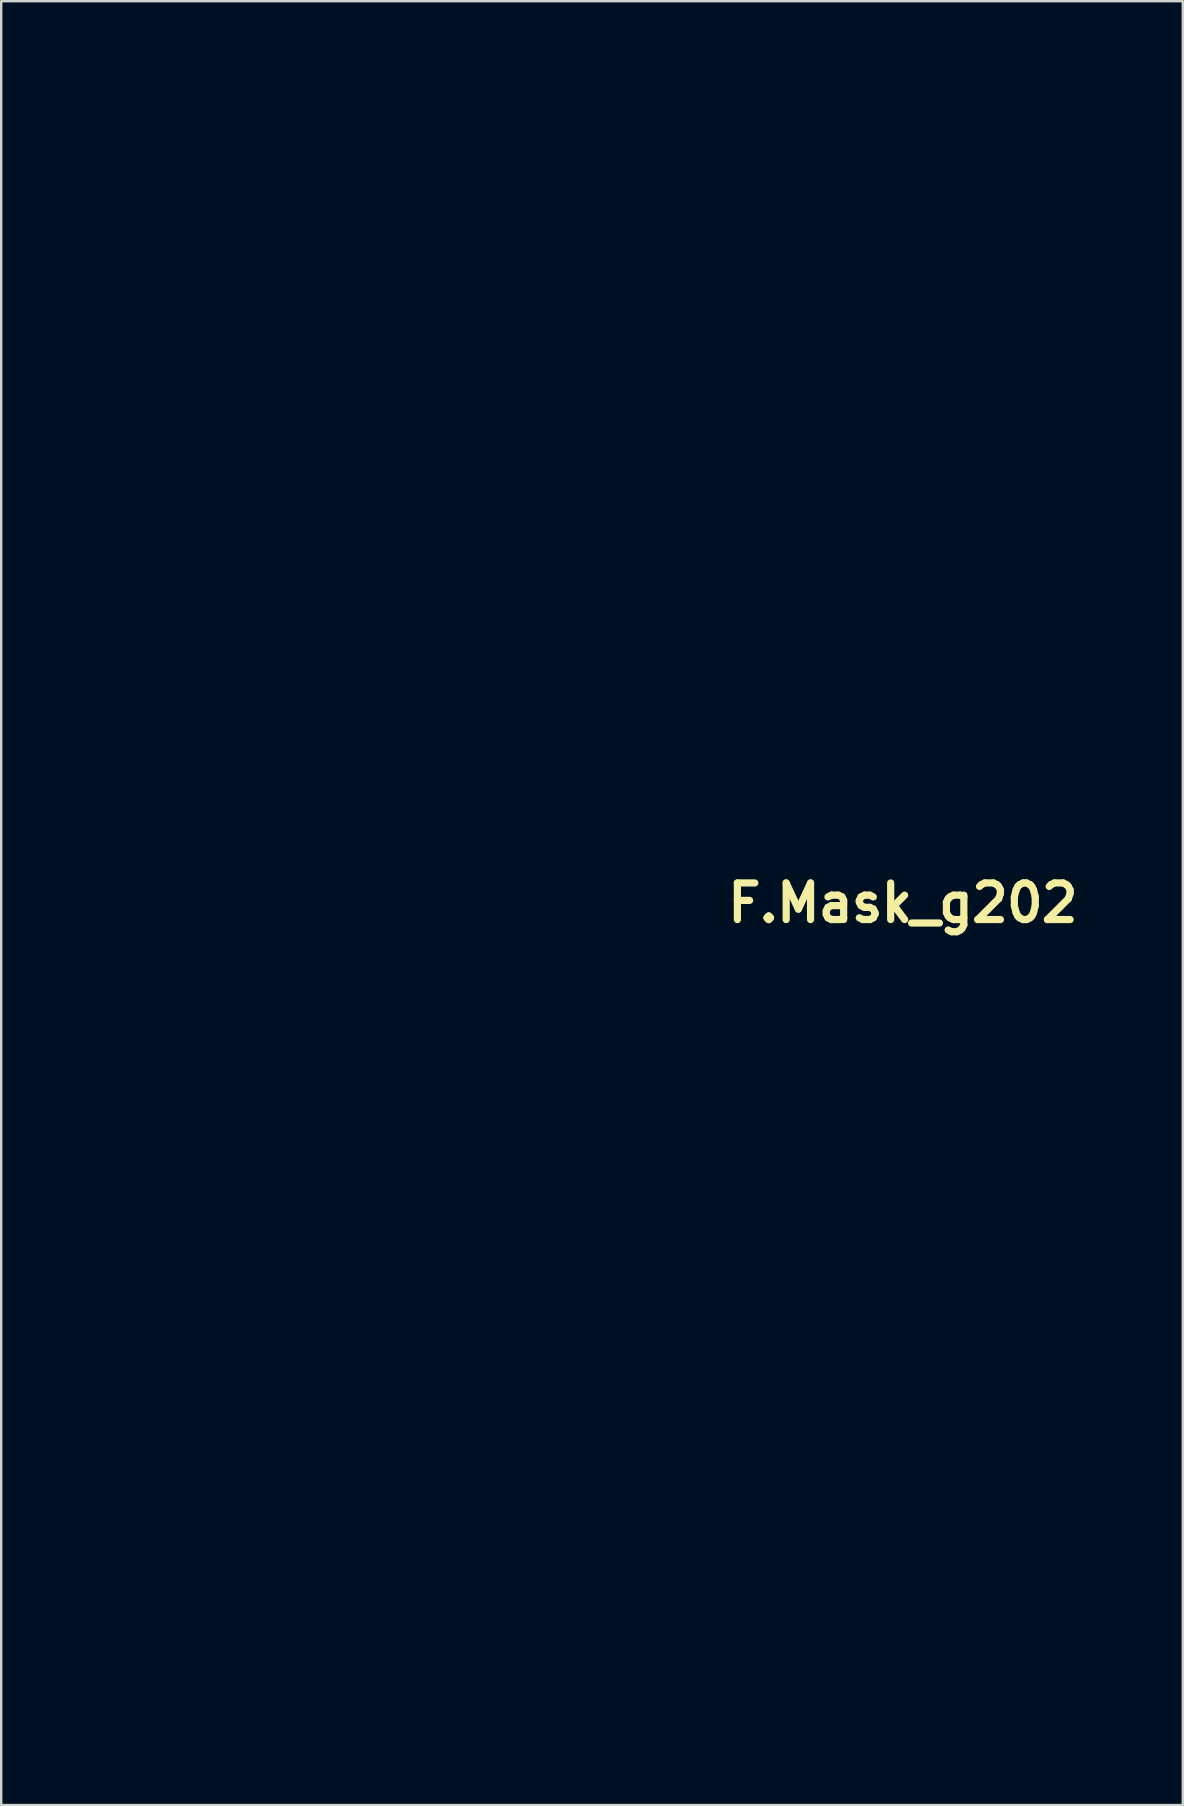
<source format=kicad_pcb>
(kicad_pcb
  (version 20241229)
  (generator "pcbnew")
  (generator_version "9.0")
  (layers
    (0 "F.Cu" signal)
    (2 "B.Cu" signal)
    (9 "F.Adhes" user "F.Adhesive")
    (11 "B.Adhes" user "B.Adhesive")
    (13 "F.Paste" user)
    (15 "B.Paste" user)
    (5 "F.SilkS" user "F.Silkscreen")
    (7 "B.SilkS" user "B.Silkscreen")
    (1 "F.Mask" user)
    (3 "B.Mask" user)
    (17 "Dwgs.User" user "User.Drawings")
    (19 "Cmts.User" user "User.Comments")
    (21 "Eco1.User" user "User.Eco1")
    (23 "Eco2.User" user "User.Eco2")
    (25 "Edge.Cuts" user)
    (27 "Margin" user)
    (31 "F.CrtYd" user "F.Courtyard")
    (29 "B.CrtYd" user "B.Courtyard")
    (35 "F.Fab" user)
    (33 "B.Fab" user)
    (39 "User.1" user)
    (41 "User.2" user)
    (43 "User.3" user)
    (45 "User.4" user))
  (footprint "F.Mask_g202"
    (layer "F.Cu")
    (at 34.565 34.57)
    (property "Reference" "F.Mask_g202" (at 0 0 0) (layer "F.SilkS") (effects (font (size 1.524 1.524) (thickness 0.3))))
    (attr through_hole)
    (fp_poly (pts (xy -21.463 5.746) (xy -21.418 5.779) (xy -21.35 5.832) (xy -21.262 5.902) (xy -21.16 5.985) (xy -21.046 6.078) (xy -20.927 6.176) (xy -20.806 6.276) (xy -20.687 6.375) (xy -20.575 6.469) (xy -20.474 6.554) (xy -20.389 6.628) (xy -20.323 6.685) (xy -20.282 6.723) (xy -20.269 6.738) (xy -20.281 6.758) (xy -20.316 6.806) (xy -20.37 6.874) (xy -20.437 6.959) (xy -20.514 7.054) (xy -20.595 7.154) (xy -20.677 7.254) (xy -20.756 7.348) (xy -20.825 7.43) (xy -20.882 7.496) (xy -20.921 7.54) (xy -20.938 7.555) (xy -20.95 7.537) (xy -20.97 7.487) (xy -20.994 7.415) (xy -21.005 7.382) (xy -21.077 7.139) (xy -21.147 6.905) (xy -21.212 6.683) (xy -21.273 6.477) (xy -21.327 6.289) (xy -21.375 6.122) (xy -21.415 5.982) (xy -21.446 5.87) (xy -21.468 5.79) (xy -21.479 5.745) (xy -21.48 5.736) (xy -21.463 5.746)) (stroke (width 0.01) (type solid)) (fill yes) (layer "F.Mask"))
    (fp_poly (pts (xy -13.15 -5.328) (xy -12.978 -5.305) (xy -12.801 -5.257) (xy -12.644 -5.198) (xy -12.437 -5.1) (xy -12.214 -4.971) (xy -11.98 -4.815) (xy -11.74 -4.637) (xy -11.501 -4.441) (xy -11.266 -4.233) (xy -11.043 -4.017) (xy -10.836 -3.798) (xy -10.651 -3.58) (xy -10.493 -3.368) (xy -10.479 -3.347) (xy -10.339 -3.113) (xy -10.236 -2.881) (xy -10.169 -2.654) (xy -10.14 -2.433) (xy -10.15 -2.223) (xy -10.197 -2.026) (xy -10.199 -2.021) (xy -10.285 -1.837) (xy -10.403 -1.668) (xy -10.546 -1.518) (xy -10.708 -1.393) (xy -10.883 -1.298) (xy -11.066 -1.239) (xy -11.124 -1.229) (xy -11.222 -1.216) (xy -11.298 -1.211) (xy -11.371 -1.213) (xy -11.46 -1.224) (xy -11.498 -1.229) (xy -11.727 -1.28) (xy -11.974 -1.367) (xy -12.237 -1.491) (xy -12.518 -1.651) (xy -12.817 -1.849) (xy -13.134 -2.084) (xy -13.348 -2.256) (xy -13.605 -2.487) (xy -13.83 -2.732) (xy -14.02 -2.986) (xy -14.175 -3.248) (xy -14.292 -3.514) (xy -14.37 -3.783) (xy -14.407 -4.042) (xy -14.401 -4.27) (xy -14.356 -4.489) (xy -14.273 -4.695) (xy -14.153 -4.885) (xy -14 -5.052) (xy -13.906 -5.13) (xy -13.771 -5.219) (xy -13.637 -5.279) (xy -13.489 -5.314) (xy -13.331 -5.329) (xy -13.15 -5.328)) (stroke (width 0.01) (type solid)) (fill yes) (layer "F.Mask"))
    (fp_poly (pts (xy -8.584 -9.529) (xy -8.413 -9.48) (xy -8.361 -9.456) (xy -8.29 -9.418) (xy -8.238 -9.38) (xy -8.202 -9.335) (xy -8.179 -9.275) (xy -8.165 -9.193) (xy -8.157 -9.081) (xy -8.153 -8.983) (xy -8.15 -8.855) (xy -8.152 -8.756) (xy -8.16 -8.673) (xy -8.174 -8.593) (xy -8.189 -8.531) (xy -8.251 -8.34) (xy -8.344 -8.128) (xy -8.465 -7.901) (xy -8.611 -7.664) (xy -8.78 -7.422) (xy -8.921 -7.239) (xy -8.984 -7.161) (xy -9.039 -7.096) (xy -9.078 -7.052) (xy -9.097 -7.033) (xy -9.097 -7.033) (xy -9.116 -7.045) (xy -9.164 -7.082) (xy -9.238 -7.141) (xy -9.336 -7.22) (xy -9.455 -7.317) (xy -9.591 -7.428) (xy -9.741 -7.551) (xy -9.902 -7.685) (xy -9.991 -7.758) (xy -10.156 -7.896) (xy -10.312 -8.026) (xy -10.454 -8.146) (xy -10.58 -8.252) (xy -10.686 -8.342) (xy -10.771 -8.415) (xy -10.83 -8.467) (xy -10.861 -8.495) (xy -10.866 -8.5) (xy -10.846 -8.532) (xy -10.8 -8.585) (xy -10.736 -8.654) (xy -10.659 -8.732) (xy -10.575 -8.813) (xy -10.492 -8.89) (xy -10.415 -8.957) (xy -10.355 -9.006) (xy -10.143 -9.15) (xy -9.917 -9.274) (xy -9.684 -9.376) (xy -9.449 -9.456) (xy -9.216 -9.513) (xy -8.991 -9.545) (xy -8.779 -9.551) (xy -8.584 -9.529)) (stroke (width 0.01) (type solid)) (fill yes) (layer "F.Mask"))
    (fp_poly (pts (xy -8.477 -34.563) (xy -8.315 -34.557) (xy -8.18 -34.544) (xy -8.062 -34.525) (xy -7.955 -34.496) (xy -7.849 -34.458) (xy -7.737 -34.407) (xy -7.728 -34.403) (xy -7.657 -34.367) (xy -7.591 -34.33) (xy -7.527 -34.287) (xy -7.464 -34.237) (xy -7.399 -34.178) (xy -7.329 -34.105) (xy -7.252 -34.016) (xy -7.166 -33.909) (xy -7.068 -33.78) (xy -6.955 -33.627) (xy -6.825 -33.447) (xy -6.676 -33.237) (xy -6.538 -33.041) (xy -6.474 -32.95) (xy -6.387 -32.826) (xy -6.278 -32.67) (xy -6.147 -32.485) (xy -5.997 -32.271) (xy -5.827 -32.031) (xy -5.64 -31.766) (xy -5.437 -31.477) (xy -5.218 -31.166) (xy -4.984 -30.835) (xy -4.738 -30.485) (xy -4.479 -30.118) (xy -4.21 -29.736) (xy -3.93 -29.339) (xy -3.642 -28.93) (xy -3.346 -28.51) (xy -3.043 -28.081) (xy -2.736 -27.644) (xy -2.423 -27.202) (xy -2.108 -26.754) (xy -1.944 -26.522) (xy -1.592 -26.022) (xy -1.224 -25.501) (xy -0.844 -24.961) (xy -0.453 -24.406) (xy -0.053 -23.839) (xy 0.353 -23.263) (xy 0.763 -22.681) (xy 1.176 -22.097) (xy 1.588 -21.512) (xy 1.997 -20.932) (xy 2.402 -20.358) (xy 2.8 -19.793) (xy 3.189 -19.242) (xy 3.566 -18.706) (xy 3.93 -18.19) (xy 4.278 -17.696) (xy 4.609 -17.227) (xy 4.919 -16.787) (xy 5.189 -16.404) (xy 5.467 -16.01) (xy 5.739 -15.624) (xy 6.003 -15.249) (xy 6.26 -14.885) (xy 6.507 -14.533) (xy 6.745 -14.197) (xy 6.971 -13.876) (xy 7.184 -13.572) (xy 7.385 -13.287) (xy 7.571 -13.022) (xy 7.742 -12.78) (xy 7.896 -12.56) (xy 8.033 -12.365) (xy 8.152 -12.196) (xy 8.251 -12.055) (xy 8.329 -11.943) (xy 8.386 -11.862) (xy 8.42 -11.812) (xy 8.431 -11.797) (xy 8.507 -11.653) (xy 8.573 -11.482) (xy 8.623 -11.3) (xy 8.628 -11.273) (xy 8.635 -11.237) (xy 8.64 -11.197) (xy 8.645 -11.149) (xy 8.649 -11.09) (xy 8.652 -11.017) (xy 8.654 -10.928) (xy 8.656 -10.818) (xy 8.657 -10.684) (xy 8.657 -10.525) (xy 8.656 -10.336) (xy 8.655 -10.115) (xy 8.654 -9.858) (xy 8.652 -9.562) (xy 8.652 -9.505) (xy 8.649 -9.205) (xy 8.647 -8.945) (xy 8.645 -8.722) (xy 8.643 -8.531) (xy 8.641 -8.37) (xy 8.639 -8.235) (xy 8.636 -8.125) (xy 8.633 -8.035) (xy 8.629 -7.962) (xy 8.625 -7.904) (xy 8.62 -7.857) (xy 8.614 -7.818) (xy 8.607 -7.784) (xy 8.599 -7.752) (xy 8.597 -7.743) (xy 8.511 -7.497) (xy 8.389 -7.272) (xy 8.235 -7.07) (xy 8.054 -6.893) (xy 7.847 -6.746) (xy 7.619 -6.63) (xy 7.373 -6.548) (xy 7.144 -6.508) (xy 7.045 -6.504) (xy 6.92 -6.507) (xy 6.787 -6.519) (xy 6.774 -6.52) (xy 6.665 -6.532) (xy 6.585 -6.537) (xy 6.52 -6.535) (xy 6.457 -6.525) (xy 6.4 -6.512) (xy 6.306 -6.484) (xy 6.198 -6.444) (xy 6.099 -6.401) (xy 6.096 -6.4) (xy 6.046 -6.374) (xy 5.999 -6.345) (xy 5.949 -6.31) (xy 5.892 -6.263) (xy 5.824 -6.203) (xy 5.74 -6.124) (xy 5.635 -6.022) (xy 5.506 -5.895) (xy 5.497 -5.886) (xy 5.056 -5.45) (xy 5.099 -5.353) (xy 5.158 -5.181) (xy 5.175 -5.016) (xy 5.152 -4.851) (xy 5.093 -4.691) (xy 5.062 -4.636) (xy 5.008 -4.555) (xy 4.937 -4.454) (xy 4.854 -4.341) (xy 4.764 -4.222) (xy 4.672 -4.103) (xy 4.582 -3.991) (xy 4.501 -3.892) (xy 4.433 -3.814) (xy 4.383 -3.762) (xy 4.377 -3.756) (xy 4.312 -3.708) (xy 4.226 -3.654) (xy 4.136 -3.605) (xy 4.128 -3.601) (xy 4.039 -3.561) (xy 3.966 -3.537) (xy 3.889 -3.524) (xy 3.789 -3.517) (xy 3.785 -3.517) (xy 3.659 -3.517) (xy 3.56 -3.528) (xy 3.491 -3.546) (xy 3.428 -3.566) (xy 3.39 -3.571) (xy 3.366 -3.562) (xy 3.345 -3.543) (xy 3.33 -3.523) (xy 3.291 -3.471) (xy 3.229 -3.386) (xy 3.143 -3.271) (xy 3.036 -3.125) (xy 2.908 -2.951) (xy 2.759 -2.749) (xy 2.59 -2.52) (xy 2.402 -2.266) (xy 2.197 -1.986) (xy 1.974 -1.684) (xy 1.734 -1.358) (xy 1.479 -1.011) (xy 1.209 -0.644) (xy 0.924 -0.257) (xy 0.626 0.148) (xy 0.316 0.57) (xy -0.007 1.009) (xy -0.341 1.463) (xy -0.685 1.93) (xy -1.039 2.412) (xy -1.401 2.905) (xy -1.772 3.409) (xy -2.15 3.923) (xy -2.534 4.446) (xy -2.689 4.657) (xy -3.078 5.186) (xy -3.462 5.708) (xy -3.839 6.221) (xy -4.21 6.726) (xy -4.573 7.219) (xy -4.927 7.701) (xy -5.272 8.17) (xy -5.607 8.626) (xy -5.93 9.066) (xy -6.242 9.49) (xy -6.542 9.898) (xy -6.828 10.286) (xy -7.099 10.656) (xy -7.356 11.005) (xy -7.597 11.332) (xy -7.821 11.636) (xy -8.027 11.917) (xy -8.215 12.173) (xy -8.384 12.403) (xy -8.533 12.605) (xy -8.662 12.78) (xy -8.768 12.925) (xy -8.853 13.039) (xy -8.914 13.122) (xy -8.951 13.172) (xy -8.957 13.18) (xy -9.078 13.339) (xy -9.183 13.468) (xy -9.277 13.571) (xy -9.368 13.656) (xy -9.461 13.727) (xy -9.562 13.791) (xy -9.677 13.852) (xy -9.684 13.855) (xy -9.883 13.939) (xy -10.08 13.99) (xy -10.291 14.011) (xy -10.355 14.012) (xy -10.405 14.01) (xy -10.493 14.004) (xy -10.616 13.995) (xy -10.771 13.982) (xy -10.954 13.966) (xy -11.16 13.948) (xy -11.388 13.927) (xy -11.632 13.904) (xy -11.89 13.88) (xy -12.159 13.854) (xy -12.267 13.843) (xy -12.536 13.817) (xy -12.794 13.792) (xy -13.039 13.768) (xy -13.267 13.747) (xy -13.474 13.727) (xy -13.657 13.711) (xy -13.813 13.696) (xy -13.939 13.686) (xy -14.031 13.678) (xy -14.085 13.674) (xy -14.097 13.674) (xy -14.228 13.689) (xy -14.368 13.73) (xy -14.5 13.791) (xy -14.573 13.838) (xy -14.588 13.853) (xy -14.618 13.887) (xy -14.663 13.941) (xy -14.723 14.014) (xy -14.799 14.107) (xy -14.892 14.221) (xy -15 14.357) (xy -15.126 14.514) (xy -15.27 14.694) (xy -15.431 14.897) (xy -15.611 15.123) (xy -15.809 15.373) (xy -16.026 15.647) (xy -16.263 15.946) (xy -16.52 16.271) (xy -16.797 16.622) (xy -17.095 16.999) (xy -17.413 17.403) (xy -17.754 17.835) (xy -18.116 18.295) (xy -18.501 18.783) (xy -18.908 19.3) (xy -19.339 19.847) (xy -19.793 20.424) (xy -20.271 21.032) (xy -20.773 21.67) (xy -21.3 22.341) (xy -21.853 23.043) (xy -22.431 23.778) (xy -22.608 24.004) (xy -23.169 24.718) (xy -23.705 25.399) (xy -24.216 26.048) (xy -24.702 26.667) (xy -25.164 27.255) (xy -25.603 27.813) (xy -26.02 28.342) (xy -26.414 28.842) (xy -26.786 29.315) (xy -27.137 29.761) (xy -27.468 30.181) (xy -27.779 30.575) (xy -28.07 30.945) (xy -28.342 31.29) (xy -28.596 31.612) (xy -28.833 31.911) (xy -29.052 32.188) (xy -29.254 32.444) (xy -29.441 32.679) (xy -29.612 32.894) (xy -29.767 33.09) (xy -29.909 33.268) (xy -30.037 33.428) (xy -30.151 33.571) (xy -30.253 33.697) (xy -30.342 33.808) (xy -30.42 33.904) (xy -30.486 33.985) (xy -30.543 34.053) (xy -30.589 34.108) (xy -30.626 34.151) (xy -30.654 34.183) (xy -30.674 34.204) (xy -30.683 34.212) (xy -30.833 34.322) (xy -31.005 34.419) (xy -31.183 34.496) (xy -31.3 34.533) (xy -31.41 34.554) (xy -31.543 34.569) (xy -31.683 34.576) (xy -31.815 34.576) (xy -31.922 34.568) (xy -31.93 34.567) (xy -32.161 34.511) (xy -32.384 34.423) (xy -32.588 34.309) (xy -32.691 34.233) (xy -32.734 34.193) (xy -32.802 34.124) (xy -32.89 34.03) (xy -32.994 33.916) (xy -33.112 33.785) (xy -33.24 33.641) (xy -33.375 33.488) (xy -33.514 33.329) (xy -33.652 33.17) (xy -33.788 33.013) (xy -33.916 32.862) (xy -34.035 32.721) (xy -34.14 32.595) (xy -34.228 32.486) (xy -34.297 32.399) (xy -34.342 32.338) (xy -34.354 32.319) (xy -34.403 32.226) (xy -34.454 32.116) (xy -34.494 32.013) (xy -34.494 32.012) (xy -34.516 31.947) (xy -34.532 31.888) (xy -34.543 31.827) (xy -34.55 31.754) (xy -34.555 31.66) (xy -34.559 31.536) (xy -34.56 31.475) (xy -34.56 31.43) (xy -34.56 31.345) (xy -34.558 31.22) (xy -34.555 31.056) (xy -34.552 30.856) (xy -34.548 30.619) (xy -34.543 30.349) (xy -34.538 30.045) (xy -34.531 29.709) (xy -34.525 29.344) (xy -34.517 28.949) (xy -34.509 28.526) (xy -34.5 28.077) (xy -34.491 27.603) (xy -34.481 27.105) (xy -34.47 26.584) (xy -34.46 26.042) (xy -34.448 25.481) (xy -34.436 24.901) (xy -34.424 24.304) (xy -34.412 23.691) (xy -34.399 23.063) (xy -34.385 22.423) (xy -34.372 21.77) (xy -34.358 21.107) (xy -34.345 20.479) (xy -34.327 19.631) (xy -34.31 18.825) (xy -34.294 18.059) (xy -34.278 17.334) (xy -34.264 16.647) (xy -34.25 15.998) (xy -34.237 15.387) (xy -34.224 14.812) (xy -34.212 14.272) (xy -34.201 13.768) (xy -34.191 13.297) (xy -34.181 12.859) (xy -34.171 12.454) (xy -34.163 12.079) (xy -34.158 11.885) (xy -29.791 11.885) (xy -29.788 11.985) (xy -29.776 12.062) (xy -29.753 12.135) (xy -29.732 12.181) (xy -29.705 12.238) (xy -29.677 12.287) (xy -29.643 12.333) (xy -29.599 12.383) (xy -29.539 12.441) (xy -29.459 12.513) (xy -29.354 12.603) (xy -29.295 12.654) (xy -29.226 12.713) (xy -29.129 12.795) (xy -29.009 12.898) (xy -28.87 13.018) (xy -28.716 13.15) (xy -28.552 13.292) (xy -28.382 13.439) (xy -28.209 13.588) (xy -28.183 13.61) (xy -28.007 13.763) (xy -27.828 13.917) (xy -27.652 14.068) (xy -27.483 14.213) (xy -27.327 14.348) (xy -27.188 14.467) (xy -27.07 14.567) (xy -26.98 14.644) (xy -26.977 14.646) (xy -26.826 14.775) (xy -26.691 14.891) (xy -26.567 15) (xy -26.447 15.107) (xy -26.326 15.218) (xy -26.199 15.337) (xy -26.059 15.47) (xy -25.902 15.622) (xy -25.72 15.799) (xy -25.707 15.812) (xy -25.573 15.942) (xy -25.437 16.074) (xy -25.304 16.201) (xy -25.182 16.317) (xy -25.076 16.418) (xy -24.992 16.496) (xy -24.965 16.521) (xy -24.814 16.658) (xy -24.689 16.769) (xy -24.584 16.856) (xy -24.496 16.922) (xy -24.42 16.97) (xy -24.35 17.002) (xy -24.282 17.022) (xy -24.211 17.031) (xy -24.133 17.033) (xy -24.067 17.032) (xy -23.963 17.025) (xy -23.886 17.012) (xy -23.818 16.989) (xy -23.775 16.968) (xy -23.614 16.863) (xy -23.484 16.731) (xy -23.388 16.575) (xy -23.335 16.425) (xy -23.311 16.262) (xy -23.325 16.105) (xy -23.38 15.945) (xy -23.391 15.923) (xy -23.419 15.869) (xy -23.454 15.819) (xy -23.499 15.765) (xy -23.561 15.703) (xy -23.645 15.624) (xy -23.734 15.545) (xy -23.837 15.453) (xy -23.961 15.34) (xy -24.096 15.216) (xy -24.231 15.09) (xy -24.357 14.971) (xy -24.373 14.956) (xy -24.49 14.845) (xy -24.61 14.731) (xy -24.725 14.622) (xy -24.827 14.525) (xy -24.909 14.448) (xy -24.927 14.43) (xy -25.12 14.248) (xy -24.613 13.341) (xy -24.472 13.091) (xy -24.35 12.874) (xy -24.243 12.685) (xy -24.15 12.521) (xy -24.067 12.378) (xy -23.993 12.252) (xy -23.925 12.138) (xy -23.861 12.032) (xy -23.797 11.93) (xy -23.732 11.829) (xy -23.664 11.724) (xy -23.589 11.61) (xy -23.586 11.605) (xy -23.497 11.472) (xy -23.428 11.373) (xy -23.375 11.304) (xy -23.335 11.262) (xy -23.306 11.244) (xy -23.285 11.246) (xy -23.274 11.259) (xy -23.252 11.281) (xy -23.201 11.325) (xy -23.124 11.389) (xy -23.026 11.469) (xy -22.91 11.562) (xy -22.781 11.665) (xy -22.642 11.775) (xy -22.497 11.888) (xy -22.352 12.001) (xy -22.214 12.107) (xy -22.082 12.209) (xy -21.945 12.315) (xy -21.812 12.418) (xy -21.693 12.511) (xy -21.594 12.588) (xy -21.558 12.616) (xy -21.436 12.712) (xy -21.339 12.783) (xy -21.259 12.834) (xy -21.189 12.868) (xy -21.122 12.888) (xy -21.051 12.897) (xy -20.968 12.9) (xy -20.944 12.9) (xy -20.783 12.89) (xy -20.648 12.857) (xy -20.527 12.798) (xy -20.407 12.707) (xy -20.376 12.678) (xy -20.257 12.55) (xy -20.177 12.419) (xy -20.129 12.276) (xy -20.113 12.148) (xy -20.118 11.972) (xy -20.157 11.817) (xy -20.231 11.678) (xy -20.244 11.66) (xy -20.273 11.625) (xy -20.308 11.586) (xy -20.353 11.543) (xy -20.412 11.493) (xy -20.486 11.432) (xy -20.58 11.359) (xy -20.696 11.271) (xy -20.837 11.166) (xy -21.006 11.042) (xy -21.207 10.896) (xy -21.23 10.879) (xy -21.411 10.747) (xy -21.57 10.63) (xy -21.713 10.524) (xy -21.843 10.425) (xy -21.965 10.329) (xy -22.083 10.233) (xy -22.204 10.132) (xy -22.33 10.024) (xy -22.466 9.903) (xy -22.618 9.767) (xy -22.789 9.612) (xy -22.985 9.433) (xy -23.082 9.343) (xy -23.218 9.219) (xy -23.36 9.09) (xy -23.501 8.963) (xy -23.633 8.844) (xy -23.749 8.741) (xy -23.834 8.666) (xy -23.986 8.531) (xy -24.144 8.388) (xy -24.302 8.241) (xy -24.455 8.095) (xy -24.601 7.954) (xy -24.734 7.822) (xy -24.849 7.703) (xy -24.942 7.603) (xy -25.01 7.525) (xy -25.024 7.508) (xy -25.15 7.36) (xy -25.276 7.252) (xy -25.407 7.181) (xy -25.548 7.144) (xy -25.702 7.138) (xy -25.726 7.14) (xy -25.869 7.168) (xy -26.01 7.224) (xy -26.139 7.302) (xy -26.248 7.398) (xy -26.329 7.504) (xy -26.369 7.593) (xy -26.394 7.745) (xy -26.386 7.918) (xy -26.344 8.108) (xy -26.271 8.313) (xy -26.167 8.529) (xy -26.036 8.75) (xy -25.994 8.811) (xy -25.953 8.869) (xy -25.908 8.925) (xy -25.857 8.985) (xy -25.795 9.05) (xy -25.721 9.124) (xy -25.629 9.211) (xy -25.518 9.313) (xy -25.384 9.435) (xy -25.223 9.579) (xy -25.099 9.69) (xy -24.963 9.811) (xy -24.838 9.923) (xy -24.727 10.023) (xy -24.633 10.109) (xy -24.56 10.177) (xy -24.512 10.223) (xy -24.49 10.245) (xy -24.49 10.247) (xy -24.501 10.269) (xy -24.533 10.318) (xy -24.581 10.389) (xy -24.64 10.473) (xy -24.659 10.499) (xy -24.743 10.62) (xy -24.828 10.746) (xy -24.916 10.88) (xy -25.008 11.025) (xy -25.107 11.185) (xy -25.213 11.362) (xy -25.329 11.56) (xy -25.456 11.78) (xy -25.596 12.026) (xy -25.75 12.301) (xy -25.922 12.607) (xy -26.099 12.928) (xy -26.159 13.033) (xy -26.212 13.123) (xy -26.256 13.194) (xy -26.287 13.238) (xy -26.3 13.25) (xy -26.323 13.236) (xy -26.368 13.197) (xy -26.429 13.14) (xy -26.491 13.079) (xy -26.558 13.013) (xy -26.65 12.926) (xy -26.759 12.826) (xy -26.877 12.719) (xy -26.996 12.613) (xy -27.03 12.584) (xy -27.157 12.473) (xy -27.305 12.343) (xy -27.464 12.203) (xy -27.622 12.064) (xy -27.77 11.933) (xy -27.824 11.886) (xy -28.013 11.718) (xy -28.174 11.575) (xy -28.311 11.457) (xy -28.425 11.36) (xy -28.521 11.283) (xy -28.602 11.223) (xy -28.671 11.178) (xy -28.732 11.145) (xy -28.787 11.124) (xy -28.84 11.111) (xy -28.895 11.105) (xy -28.954 11.102) (xy -29.009 11.102) (xy -29.11 11.104) (xy -29.184 11.112) (xy -29.247 11.128) (xy -29.315 11.156) (xy -29.321 11.159) (xy -29.459 11.244) (xy -29.584 11.362) (xy -29.687 11.503) (xy -29.724 11.573) (xy -29.76 11.656) (xy -29.781 11.726) (xy -29.789 11.801) (xy -29.791 11.885) (xy -34.158 11.885) (xy -34.155 11.736) (xy -34.147 11.422) (xy -34.14 11.137) (xy -34.134 10.879) (xy -34.127 10.649) (xy -34.122 10.446) (xy -34.117 10.267) (xy -34.112 10.114) (xy -34.108 9.984) (xy -34.104 9.877) (xy -34.1 9.792) (xy -34.097 9.728) (xy -34.094 9.685) (xy -34.092 9.663) (xy -34.048 9.456) (xy -33.982 9.273) (xy -33.911 9.133) (xy -33.892 9.104) (xy -33.848 9.041) (xy -33.782 8.947) (xy -33.693 8.822) (xy -33.584 8.668) (xy -33.454 8.486) (xy -33.305 8.278) (xy -33.138 8.044) (xy -32.954 7.786) (xy -32.753 7.506) (xy -32.536 7.204) (xy -32.305 6.882) (xy -32.06 6.541) (xy -31.803 6.183) (xy -31.533 5.808) (xy -31.253 5.418) (xy -30.963 5.015) (xy -30.664 4.599) (xy -30.459 4.315) (xy -23.365 4.315) (xy -23.364 4.362) (xy -23.361 4.416) (xy -23.356 4.47) (xy -23.348 4.53) (xy -23.336 4.598) (xy -23.32 4.68) (xy -23.298 4.778) (xy -23.27 4.898) (xy -23.234 5.044) (xy -23.19 5.218) (xy -23.137 5.427) (xy -23.084 5.63) (xy -23.022 5.871) (xy -22.955 6.129) (xy -22.886 6.397) (xy -22.816 6.664) (xy -22.749 6.923) (xy -22.685 7.164) (xy -22.629 7.377) (xy -22.601 7.482) (xy -22.536 7.731) (xy -22.48 7.943) (xy -22.433 8.124) (xy -22.394 8.278) (xy -22.361 8.412) (xy -22.334 8.528) (xy -22.311 8.633) (xy -22.291 8.73) (xy -22.273 8.825) (xy -22.256 8.923) (xy -22.239 9.029) (xy -22.238 9.038) (xy -22.2 9.248) (xy -22.158 9.421) (xy -22.11 9.564) (xy -22.053 9.682) (xy -21.996 9.769) (xy -21.927 9.844) (xy -21.84 9.915) (xy -21.748 9.974) (xy -21.664 10.012) (xy -21.635 10.019) (xy -21.535 10.022) (xy -21.416 10.008) (xy -21.296 9.977) (xy -21.251 9.961) (xy -21.099 9.886) (xy -20.933 9.775) (xy -20.758 9.634) (xy -20.579 9.466) (xy -20.454 9.334) (xy -20.41 9.284) (xy -20.342 9.206) (xy -20.255 9.103) (xy -20.151 8.981) (xy -20.035 8.843) (xy -19.909 8.694) (xy -19.779 8.537) (xy -19.698 8.441) (xy -19.087 7.706) (xy -18.936 7.83) (xy -18.873 7.882) (xy -18.786 7.954) (xy -18.68 8.041) (xy -18.566 8.136) (xy -18.449 8.233) (xy -18.426 8.252) (xy -18.281 8.37) (xy -18.15 8.47) (xy -18.038 8.551) (xy -17.949 8.608) (xy -17.918 8.625) (xy -17.736 8.699) (xy -17.564 8.732) (xy -17.402 8.723) (xy -17.247 8.673) (xy -17.1 8.582) (xy -16.994 8.487) (xy -16.883 8.356) (xy -16.808 8.227) (xy -16.767 8.09) (xy -16.755 7.948) (xy -16.756 7.854) (xy -16.765 7.784) (xy -16.785 7.719) (xy -16.821 7.64) (xy -16.824 7.635) (xy -16.849 7.588) (xy -16.881 7.541) (xy -16.921 7.49) (xy -16.974 7.432) (xy -17.042 7.365) (xy -17.129 7.285) (xy -17.236 7.191) (xy -17.367 7.079) (xy -17.525 6.946) (xy -17.713 6.791) (xy -17.73 6.777) (xy -18.072 6.494) (xy -17.959 6.337) (xy -17.835 6.143) (xy -17.752 5.961) (xy -17.708 5.79) (xy -17.705 5.631) (xy -17.743 5.482) (xy -17.82 5.343) (xy -17.938 5.213) (xy -17.945 5.207) (xy -18.096 5.092) (xy -18.247 5.018) (xy -18.395 4.985) (xy -18.54 4.993) (xy -18.679 5.042) (xy -18.68 5.042) (xy -18.751 5.086) (xy -18.841 5.152) (xy -18.939 5.231) (xy -19.035 5.315) (xy -19.117 5.393) (xy -19.176 5.458) (xy -19.179 5.462) (xy -19.234 5.533) (xy -20.597 4.403) (xy -20.807 4.229) (xy -21.01 4.061) (xy -21.202 3.903) (xy -21.382 3.756) (xy -21.546 3.621) (xy -21.693 3.502) (xy -21.818 3.401) (xy -21.921 3.318) (xy -21.997 3.258) (xy -22.045 3.221) (xy -22.058 3.212) (xy -22.149 3.168) (xy -22.258 3.135) (xy -22.294 3.127) (xy -22.379 3.116) (xy -22.449 3.116) (xy -22.525 3.13) (xy -22.575 3.143) (xy -22.747 3.21) (xy -22.907 3.316) (xy -23.052 3.454) (xy -23.177 3.622) (xy -23.251 3.757) (xy -23.309 3.893) (xy -23.345 4.021) (xy -23.363 4.157) (xy -23.365 4.315) (xy -30.459 4.315) (xy -30.357 4.172) (xy -30.042 3.735) (xy -29.721 3.29) (xy -29.396 2.838) (xy -29.065 2.379) (xy -28.731 1.916) (xy -28.641 1.79) (xy -21.223 1.79) (xy -21.215 1.944) (xy -21.179 2.095) (xy -21.114 2.237) (xy -21.021 2.366) (xy -20.9 2.474) (xy -20.753 2.558) (xy -20.736 2.565) (xy -20.641 2.59) (xy -20.516 2.601) (xy -20.37 2.598) (xy -20.214 2.581) (xy -20.161 2.572) (xy -20.122 2.566) (xy -20.074 2.561) (xy -20.015 2.557) (xy -19.94 2.553) (xy -19.848 2.551) (xy -19.735 2.549) (xy -19.598 2.549) (xy -19.433 2.549) (xy -19.238 2.549) (xy -19.01 2.551) (xy -18.744 2.553) (xy -18.506 2.555) (xy -17.02 2.568) (xy -17.009 2.623) (xy -17.002 2.662) (xy -16.991 2.738) (xy -16.974 2.845) (xy -16.955 2.978) (xy -16.932 3.132) (xy -16.907 3.301) (xy -16.881 3.48) (xy -16.855 3.664) (xy -16.829 3.847) (xy -16.803 4.024) (xy -16.78 4.19) (xy -16.764 4.307) (xy -16.745 4.445) (xy -16.722 4.615) (xy -16.697 4.809) (xy -16.67 5.016) (xy -16.644 5.228) (xy -16.618 5.435) (xy -16.605 5.536) (xy -16.582 5.715) (xy -16.56 5.884) (xy -16.539 6.038) (xy -16.519 6.171) (xy -16.502 6.278) (xy -16.488 6.352) (xy -16.48 6.388) (xy -16.404 6.541) (xy -16.294 6.674) (xy -16.157 6.78) (xy -16.027 6.843) (xy -15.912 6.87) (xy -15.775 6.877) (xy -15.631 6.864) (xy -15.496 6.834) (xy -15.42 6.804) (xy -15.266 6.709) (xy -15.138 6.582) (xy -15.039 6.429) (xy -14.975 6.256) (xy -14.965 6.211) (xy -14.956 6.158) (xy -14.952 6.101) (xy -14.953 6.034) (xy -14.959 5.947) (xy -14.97 5.834) (xy -14.985 5.704) (xy -15.002 5.569) (xy -15.023 5.398) (xy -15.05 5.195) (xy -15.08 4.965) (xy -15.113 4.715) (xy -15.148 4.448) (xy -15.186 4.17) (xy -15.224 3.887) (xy -15.263 3.604) (xy -15.301 3.325) (xy -15.318 3.202) (xy -15.339 3.053) (xy -15.356 2.92) (xy -15.37 2.806) (xy -15.381 2.717) (xy -15.386 2.659) (xy -15.387 2.638) (xy -15.363 2.636) (xy -15.302 2.637) (xy -15.21 2.641) (xy -15.093 2.648) (xy -14.955 2.657) (xy -14.803 2.667) (xy -14.642 2.678) (xy -14.477 2.691) (xy -14.315 2.704) (xy -14.159 2.717) (xy -14.017 2.73) (xy -14.002 2.732) (xy -13.849 2.746) (xy -13.693 2.761) (xy -13.544 2.776) (xy -13.413 2.788) (xy -13.314 2.797) (xy -13.314 2.797) (xy -13.17 2.807) (xy -13.007 2.812) (xy -12.834 2.812) (xy -12.659 2.808) (xy -12.493 2.8) (xy -12.346 2.788) (xy -12.225 2.773) (xy -12.171 2.762) (xy -11.971 2.702) (xy -11.807 2.622) (xy -11.675 2.52) (xy -11.574 2.395) (xy -11.523 2.302) (xy -11.493 2.232) (xy -11.475 2.171) (xy -11.465 2.103) (xy -11.462 2.014) (xy -11.462 1.968) (xy -11.463 1.867) (xy -11.47 1.793) (xy -11.484 1.731) (xy -11.509 1.666) (xy -11.523 1.634) (xy -11.606 1.499) (xy -11.718 1.38) (xy -11.849 1.288) (xy -11.932 1.249) (xy -11.98 1.233) (xy -12.028 1.221) (xy -12.084 1.213) (xy -12.157 1.208) (xy -12.253 1.206) (xy -12.381 1.205) (xy -12.434 1.205) (xy -12.651 1.204) (xy -12.886 1.2) (xy -13.143 1.191) (xy -13.426 1.179) (xy -13.738 1.162) (xy -14.082 1.141) (xy -14.463 1.116) (xy -14.7 1.099) (xy -14.892 1.085) (xy -15.07 1.072) (xy -15.23 1.06) (xy -15.368 1.05) (xy -15.48 1.041) (xy -15.561 1.034) (xy -15.606 1.03) (xy -15.615 1.029) (xy -15.621 1.008) (xy -15.634 0.951) (xy -15.654 0.864) (xy -15.68 0.753) (xy -15.709 0.622) (xy -15.735 0.507) (xy -15.774 0.336) (xy -15.82 0.138) (xy -15.87 -0.075) (xy -15.922 -0.289) (xy -15.972 -0.491) (xy -15.999 -0.603) (xy -16.064 -0.864) (xy -16.119 -1.093) (xy -16.165 -1.299) (xy -16.206 -1.492) (xy -16.243 -1.68) (xy -16.277 -1.873) (xy -16.297 -1.99) (xy -16.324 -2.146) (xy -16.346 -2.267) (xy -16.367 -2.361) (xy -16.386 -2.435) (xy -16.408 -2.496) (xy -16.432 -2.551) (xy -16.44 -2.567) (xy -16.531 -2.704) (xy -16.649 -2.814) (xy -16.789 -2.894) (xy -16.945 -2.943) (xy -17.11 -2.958) (xy -17.278 -2.939) (xy -17.443 -2.883) (xy -17.455 -2.877) (xy -17.553 -2.818) (xy -17.647 -2.741) (xy -17.727 -2.656) (xy -17.782 -2.574) (xy -17.79 -2.556) (xy -17.825 -2.429) (xy -17.844 -2.265) (xy -17.847 -2.064) (xy -17.834 -1.83) (xy -17.805 -1.562) (xy -17.761 -1.268) (xy -17.742 -1.166) (xy -17.715 -1.03) (xy -17.681 -0.865) (xy -17.641 -0.68) (xy -17.598 -0.48) (xy -17.551 -0.273) (xy -17.503 -0.064) (xy -17.485 0.013) (xy -17.441 0.204) (xy -17.4 0.382) (xy -17.362 0.543) (xy -17.33 0.683) (xy -17.304 0.798) (xy -17.285 0.884) (xy -17.274 0.935) (xy -17.272 0.949) (xy -17.292 0.956) (xy -17.351 0.962) (xy -17.442 0.966) (xy -17.563 0.97) (xy -17.708 0.972) (xy -17.873 0.973) (xy -18.054 0.973) (xy -18.246 0.972) (xy -18.445 0.97) (xy -18.646 0.966) (xy -18.845 0.962) (xy -19.037 0.956) (xy -19.18 0.951) (xy -19.489 0.942) (xy -19.761 0.943) (xy -20.001 0.955) (xy -20.215 0.979) (xy -20.407 1.014) (xy -20.581 1.062) (xy -20.744 1.123) (xy -20.824 1.16) (xy -20.963 1.249) (xy -21.073 1.362) (xy -21.153 1.493) (xy -21.203 1.638) (xy -21.223 1.79) (xy -28.641 1.79) (xy -28.395 1.449) (xy -28.057 0.98) (xy -27.719 0.511) (xy -27.38 0.041) (xy -27.043 -0.426) (xy -26.708 -0.891) (xy -26.376 -1.351) (xy -26.048 -1.805) (xy -25.725 -2.253) (xy -25.408 -2.692) (xy -25.097 -3.122) (xy -24.795 -3.541) (xy -24.5 -3.948) (xy -24.378 -4.117) (xy -15.926 -4.117) (xy -15.925 -3.964) (xy -15.923 -3.844) (xy -15.918 -3.746) (xy -15.909 -3.662) (xy -15.896 -3.58) (xy -15.879 -3.496) (xy -15.78 -3.13) (xy -15.644 -2.767) (xy -15.477 -2.415) (xy -15.282 -2.083) (xy -15.063 -1.779) (xy -15.017 -1.723) (xy -14.777 -1.458) (xy -14.502 -1.193) (xy -14.2 -0.935) (xy -13.877 -0.689) (xy -13.54 -0.461) (xy -13.197 -0.256) (xy -12.962 -0.131) (xy -12.589 0.038) (xy -12.225 0.167) (xy -11.872 0.257) (xy -11.529 0.306) (xy -11.197 0.316) (xy -10.881 0.285) (xy -10.578 0.215) (xy -10.286 0.103) (xy -10.005 -0.047) (xy -9.737 -0.238) (xy -9.484 -0.466) (xy -9.245 -0.733) (xy -9.191 -0.801) (xy -8.993 -1.083) (xy -8.834 -1.362) (xy -8.715 -1.644) (xy -8.634 -1.931) (xy -8.588 -2.228) (xy -8.579 -2.371) (xy -8.584 -2.669) (xy -8.623 -2.963) (xy -8.697 -3.256) (xy -8.808 -3.553) (xy -8.956 -3.857) (xy -9.101 -4.108) (xy -9.273 -4.363) (xy -9.478 -4.628) (xy -9.71 -4.898) (xy -9.963 -5.168) (xy -10.23 -5.43) (xy -10.507 -5.68) (xy -10.787 -5.912) (xy -11.063 -6.12) (xy -11.331 -6.299) (xy -11.463 -6.377) (xy -11.779 -6.536) (xy -12.106 -6.665) (xy -12.438 -6.761) (xy -12.771 -6.826) (xy -13.101 -6.857) (xy -13.422 -6.855) (xy -13.73 -6.819) (xy -14.021 -6.748) (xy -14.049 -6.739) (xy -14.328 -6.625) (xy -14.599 -6.473) (xy -14.856 -6.287) (xy -15.082 -6.082) (xy -15.319 -5.815) (xy -15.517 -5.538) (xy -15.679 -5.246) (xy -15.806 -4.935) (xy -15.869 -4.725) (xy -15.889 -4.647) (xy -15.903 -4.578) (xy -15.913 -4.509) (xy -15.92 -4.43) (xy -15.923 -4.332) (xy -15.925 -4.206) (xy -15.926 -4.117) (xy -24.378 -4.117) (xy -24.216 -4.342) (xy -23.942 -4.721) (xy -23.679 -5.084) (xy -23.428 -5.43) (xy -23.191 -5.758) (xy -22.968 -6.066) (xy -22.76 -6.352) (xy -22.568 -6.617) (xy -22.393 -6.857) (xy -22.236 -7.073) (xy -22.098 -7.263) (xy -21.98 -7.425) (xy -21.882 -7.558) (xy -21.806 -7.661) (xy -21.774 -7.705) (xy -21.712 -7.787) (xy -21.627 -7.902) (xy -21.518 -8.048) (xy -21.388 -8.224) (xy -21.238 -8.427) (xy -21.209 -8.466) (xy -12.729 -8.466) (xy -12.703 -8.29) (xy -12.645 -8.113) (xy -12.554 -7.943) (xy -12.526 -7.902) (xy -12.497 -7.871) (xy -12.436 -7.813) (xy -12.343 -7.73) (xy -12.219 -7.621) (xy -12.065 -7.488) (xy -11.881 -7.33) (xy -11.668 -7.149) (xy -11.426 -6.944) (xy -11.156 -6.717) (xy -10.858 -6.467) (xy -10.679 -6.317) (xy -10.426 -6.106) (xy -10.173 -5.893) (xy -9.921 -5.683) (xy -9.675 -5.476) (xy -9.437 -5.277) (xy -9.211 -5.087) (xy -9 -4.91) (xy -8.806 -4.747) (xy -8.634 -4.601) (xy -8.485 -4.476) (xy -8.363 -4.373) (xy -8.297 -4.317) (xy -8.128 -4.174) (xy -7.988 -4.055) (xy -7.872 -3.959) (xy -7.778 -3.882) (xy -7.702 -3.822) (xy -7.64 -3.776) (xy -7.589 -3.742) (xy -7.545 -3.716) (xy -7.505 -3.697) (xy -7.465 -3.68) (xy -7.449 -3.674) (xy -7.33 -3.648) (xy -7.191 -3.644) (xy -7.049 -3.662) (xy -6.92 -3.7) (xy -6.887 -3.715) (xy -6.735 -3.81) (xy -6.61 -3.931) (xy -6.515 -4.071) (xy -6.451 -4.226) (xy -6.419 -4.388) (xy -6.422 -4.553) (xy -6.462 -4.715) (xy -6.539 -4.868) (xy -6.548 -4.882) (xy -6.583 -4.925) (xy -6.642 -4.983) (xy -6.726 -5.058) (xy -6.838 -5.151) (xy -6.979 -5.265) (xy -7.153 -5.402) (xy -7.156 -5.404) (xy -7.289 -5.508) (xy -7.413 -5.605) (xy -7.524 -5.691) (xy -7.617 -5.763) (xy -7.688 -5.818) (xy -7.733 -5.852) (xy -7.744 -5.861) (xy -7.794 -5.898) (xy -7.649 -5.984) (xy -7.197 -6.233) (xy -6.729 -6.449) (xy -6.243 -6.634) (xy -5.735 -6.789) (xy -5.199 -6.916) (xy -4.701 -7.006) (xy -4.55 -7.031) (xy -4.433 -7.052) (xy -4.343 -7.073) (xy -4.271 -7.094) (xy -4.209 -7.118) (xy -4.178 -7.133) (xy -4.032 -7.227) (xy -3.913 -7.35) (xy -3.825 -7.494) (xy -3.77 -7.656) (xy -3.75 -7.829) (xy -3.768 -8.007) (xy -3.788 -8.087) (xy -3.814 -8.166) (xy -3.843 -8.228) (xy -3.883 -8.284) (xy -3.943 -8.349) (xy -3.977 -8.384) (xy -4.066 -8.465) (xy -4.157 -8.527) (xy -4.254 -8.571) (xy -4.364 -8.599) (xy -4.493 -8.611) (xy -4.647 -8.609) (xy -4.834 -8.595) (xy -4.94 -8.583) (xy -5.314 -8.527) (xy -5.698 -8.446) (xy -6.099 -8.337) (xy -6.423 -8.234) (xy -6.519 -8.203) (xy -6.599 -8.178) (xy -6.656 -8.162) (xy -6.682 -8.157) (xy -6.682 -8.157) (xy -6.681 -8.179) (xy -6.67 -8.234) (xy -6.653 -8.311) (xy -6.637 -8.38) (xy -6.572 -8.717) (xy -6.544 -9.037) (xy -6.552 -9.338) (xy -6.596 -9.621) (xy -6.677 -9.884) (xy -6.793 -10.126) (xy -6.945 -10.346) (xy -7.132 -10.544) (xy -7.282 -10.667) (xy -7.542 -10.835) (xy -7.818 -10.966) (xy -8.111 -11.058) (xy -8.42 -11.113) (xy -8.747 -11.13) (xy -9.092 -11.11) (xy -9.455 -11.052) (xy -9.837 -10.956) (xy -10.238 -10.823) (xy -10.259 -10.815) (xy -10.546 -10.699) (xy -10.799 -10.578) (xy -11.03 -10.446) (xy -11.247 -10.297) (xy -11.451 -10.132) (xy -11.506 -10.083) (xy -11.584 -10.008) (xy -11.682 -9.912) (xy -11.793 -9.801) (xy -11.914 -9.679) (xy -12.038 -9.551) (xy -12.092 -9.495) (xy -12.241 -9.339) (xy -12.363 -9.208) (xy -12.461 -9.099) (xy -12.538 -9.007) (xy -12.597 -8.928) (xy -12.641 -8.858) (xy -12.673 -8.794) (xy -12.696 -8.729) (xy -12.712 -8.662) (xy -12.718 -8.632) (xy -12.729 -8.466) (xy -21.209 -8.466) (xy -21.068 -8.656) (xy -20.879 -8.91) (xy -20.674 -9.188) (xy -20.452 -9.487) (xy -20.216 -9.806) (xy -19.966 -10.143) (xy -19.703 -10.498) (xy -19.429 -10.868) (xy -19.145 -11.252) (xy -18.851 -11.649) (xy -18.549 -12.056) (xy -18.241 -12.472) (xy -17.927 -12.897) (xy -17.608 -13.327) (xy -17.286 -13.762) (xy -16.962 -14.201) (xy -16.636 -14.641) (xy -16.31 -15.081) (xy -15.986 -15.519) (xy -15.664 -15.955) (xy -15.345 -16.385) (xy -15.031 -16.81) (xy -14.722 -17.227) (xy -14.42 -17.635) (xy -14.127 -18.032) (xy -13.842 -18.417) (xy -13.568 -18.788) (xy -13.305 -19.143) (xy -13.054 -19.482) (xy -12.818 -19.802) (xy -12.596 -20.102) (xy -12.39 -20.381) (xy -12.201 -20.637) (xy -12.03 -20.867) (xy -11.879 -21.072) (xy -11.749 -21.249) (xy -11.64 -21.397) (xy -11.553 -21.514) (xy -11.491 -21.598) (xy -11.487 -21.603) (xy -11.346 -21.797) (xy -11.397 -21.889) (xy -11.456 -22.036) (xy -11.483 -22.194) (xy -11.475 -22.35) (xy -11.472 -22.365) (xy -11.456 -22.432) (xy -11.434 -22.498) (xy -11.404 -22.568) (xy -11.362 -22.647) (xy -11.305 -22.741) (xy -11.23 -22.857) (xy -11.134 -23) (xy -11.11 -23.036) (xy -10.971 -23.233) (xy -10.844 -23.394) (xy -10.726 -23.522) (xy -10.613 -23.622) (xy -10.499 -23.695) (xy -10.382 -23.746) (xy -10.256 -23.777) (xy -10.129 -23.791) (xy -9.939 -23.802) (xy -9.922 -23.901) (xy -9.92 -23.932) (xy -9.919 -24.004) (xy -9.917 -24.113) (xy -9.916 -24.259) (xy -9.915 -24.437) (xy -9.914 -24.647) (xy -9.913 -24.886) (xy -9.912 -25.152) (xy -9.911 -25.442) (xy -9.911 -25.755) (xy -9.91 -26.088) (xy -9.91 -26.439) (xy -9.91 -26.806) (xy -9.91 -27.187) (xy -9.911 -27.578) (xy -9.911 -27.725) (xy -9.917 -31.451) (xy -10.142 -31.891) (xy -10.236 -32.079) (xy -10.312 -32.236) (xy -10.371 -32.369) (xy -10.415 -32.484) (xy -10.446 -32.588) (xy -10.467 -32.687) (xy -10.479 -32.787) (xy -10.484 -32.895) (xy -10.485 -32.956) (xy -10.484 -33.088) (xy -10.477 -33.191) (xy -10.465 -33.279) (xy -10.445 -33.365) (xy -10.439 -33.386) (xy -10.348 -33.634) (xy -10.222 -33.858) (xy -10.063 -34.057) (xy -9.871 -34.229) (xy -9.648 -34.373) (xy -9.536 -34.43) (xy -9.435 -34.473) (xy -9.34 -34.506) (xy -9.242 -34.531) (xy -9.133 -34.547) (xy -9.005 -34.558) (xy -8.851 -34.563) (xy -8.672 -34.565) (xy -8.477 -34.563)) (stroke (width 0.01) (type solid)) (fill yes) (layer "F.Mask")))
  (gr_rect
    (start -3 -3)
    (end 46.227 72.151)
    (stroke (width 0.1) (type default))
    (fill no)
    (layer "Edge.Cuts")))
</source>
